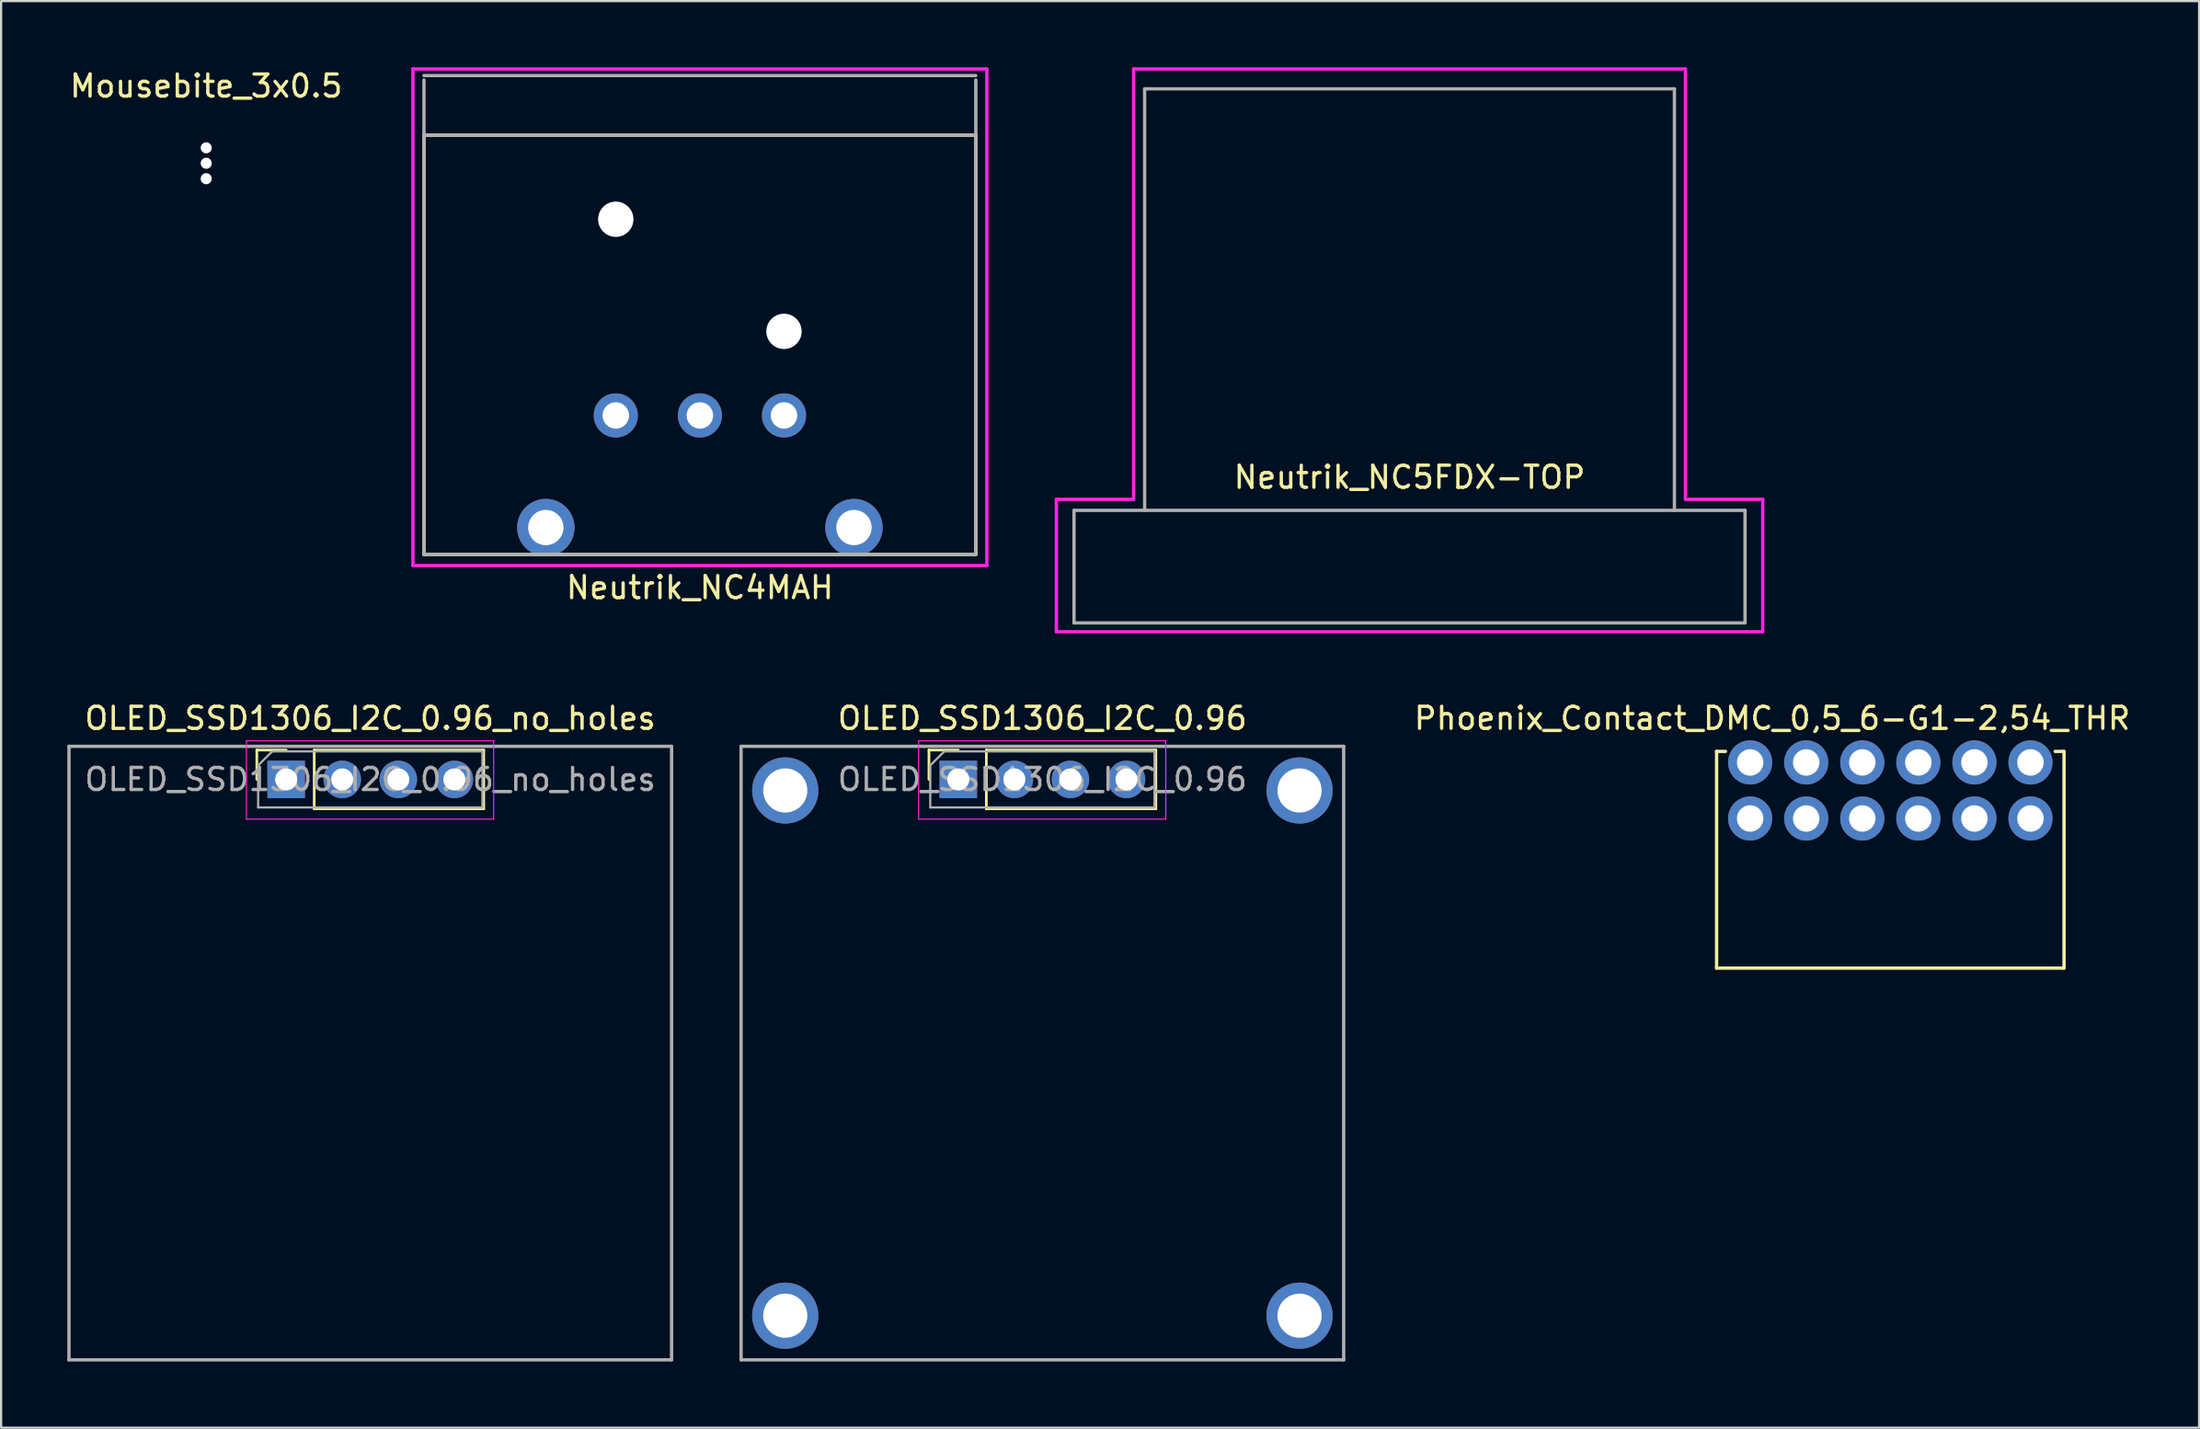
<source format=kicad_pcb>
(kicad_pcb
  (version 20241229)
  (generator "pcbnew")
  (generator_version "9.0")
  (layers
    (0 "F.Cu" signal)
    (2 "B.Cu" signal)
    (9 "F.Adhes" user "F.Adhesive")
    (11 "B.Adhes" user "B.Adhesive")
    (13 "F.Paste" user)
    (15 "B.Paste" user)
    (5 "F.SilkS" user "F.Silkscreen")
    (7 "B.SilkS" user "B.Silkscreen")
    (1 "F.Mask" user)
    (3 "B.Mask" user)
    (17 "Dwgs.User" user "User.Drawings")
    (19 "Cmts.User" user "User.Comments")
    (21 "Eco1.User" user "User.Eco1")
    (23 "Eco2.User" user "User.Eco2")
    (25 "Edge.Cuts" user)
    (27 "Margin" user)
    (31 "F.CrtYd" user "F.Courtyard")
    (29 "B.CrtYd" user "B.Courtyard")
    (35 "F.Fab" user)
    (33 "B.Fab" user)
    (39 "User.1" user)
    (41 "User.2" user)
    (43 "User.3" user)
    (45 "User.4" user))
  (footprint "Mousebite_3x0.5"
    (layer "F.Cu")
    (at 6.292 4.348)
    (property "Reference" "Mousebite_3x0.5" (at 0 -3.5 0) (layer "F.SilkS") (effects (font (size 1 1) (thickness 0.15))))
    (attr through_hole)
    (pad "" np_thru_hole circle (at 0 -0.7) (size 0.5 0.5) (drill 0.5) (layers "*.Cu" "*.Mask"))
    (pad "" np_thru_hole circle (at 0 0) (size 0.5 0.5) (drill 0.5) (layers "*.Cu" "*.Mask"))
    (pad "" np_thru_hole circle (at 0 0.7) (size 0.5 0.5) (drill 0.5) (layers "*.Cu" "*.Mask")))
  (footprint "Neutrik_NC5FDX-TOP"
    (layer "F.Cu")
    (at 60.808 20.075)
    (property "Reference" "Neutrik_NC5FDX-TOP" (at 0 -1.5 0) (layer "F.SilkS") (effects (font (size 1 1) (thickness 0.15))))
    (attr through_hole)
    (fp_line (start -16 5.5) (end -16 -0.5) (stroke (width 0.15) (type solid)) (layer "F.CrtYd"))
    (fp_line (start -12.5 -20) (end 12.5 -20) (stroke (width 0.15) (type solid)) (layer "F.CrtYd"))
    (fp_line (start -12.5 -0.5) (end -16 -0.5) (stroke (width 0.15) (type solid)) (layer "F.CrtYd"))
    (fp_line (start -12.5 -0.5) (end -12.5 -20) (stroke (width 0.15) (type solid)) (layer "F.CrtYd"))
    (fp_line (start 12.5 -20) (end 12.5 -0.5) (stroke (width 0.15) (type solid)) (layer "F.CrtYd"))
    (fp_line (start 16 -0.5) (end 12.5 -0.5) (stroke (width 0.15) (type solid)) (layer "F.CrtYd"))
    (fp_line (start 16 5.5) (end -16 5.5) (stroke (width 0.15) (type solid)) (layer "F.CrtYd"))
    (fp_line (start 16 5.5) (end 16 -0.5) (stroke (width 0.15) (type solid)) (layer "F.CrtYd"))
    (fp_line (start -15.2 0) (end -15.2 5.1) (stroke (width 0.15) (type solid)) (layer "F.Fab"))
    (fp_line (start -12 -19.1) (end 12 -19.1) (stroke (width 0.15) (type solid)) (layer "F.Fab"))
    (fp_line (start -12 0) (end -12 -19.1) (stroke (width 0.15) (type solid)) (layer "F.Fab"))
    (fp_line (start 12 0) (end 12 -19.1) (stroke (width 0.15) (type solid)) (layer "F.Fab"))
    (fp_line (start 15.2 0) (end -15.2 0) (stroke (width 0.15) (type solid)) (layer "F.Fab"))
    (fp_line (start 15.2 0) (end 15.2 5.1) (stroke (width 0.15) (type solid)) (layer "F.Fab"))
    (fp_line (start 15.2 5.1) (end -15.2 5.1) (stroke (width 0.15) (type solid)) (layer "F.Fab")))
  (footprint "Phoenix_Contact_DMC_0,5_6-G1-2,54_THR"
    (layer "F.Cu")
    (at 82.589 31.498)
    (property "Reference" "Phoenix_Contact_DMC_0,5_6-G1-2,54_THR" (at -5.35 -2 0) (layer "F.SilkS") (effects (font (size 1 1) (thickness 0.15))))
    (attr through_hole)
    (fp_line (start -7.87 -0.5) (end -7.47 -0.5) (stroke (width 0.15) (type solid)) (layer "F.SilkS"))
    (fp_line (start -7.87 9.32) (end -7.87 -0.5) (stroke (width 0.15) (type solid)) (layer "F.SilkS"))
    (fp_line (start -7.87 9.32) (end 7.87 9.32) (stroke (width 0.15) (type solid)) (layer "F.SilkS"))
    (fp_line (start 7.47 -0.5) (end 7.87 -0.5) (stroke (width 0.15) (type solid)) (layer "F.SilkS"))
    (fp_line (start 7.87 9.32) (end 7.87 -0.5) (stroke (width 0.15) (type solid)) (layer "F.SilkS"))
    (pad "1" thru_hole circle (at -6.35 0) (size 2 2) (drill 1.2) (layers "*.Cu" "*.Mask"))
    (pad "1" thru_hole circle (at -6.35 2.54) (size 2 2) (drill 1.2) (layers "*.Cu" "*.Mask"))
    (pad "2" thru_hole circle (at -3.81 0) (size 2 2) (drill 1.2) (layers "*.Cu" "*.Mask"))
    (pad "2" thru_hole circle (at -3.81 2.54) (size 2 2) (drill 1.2) (layers "*.Cu" "*.Mask"))
    (pad "3" thru_hole circle (at -1.27 0) (size 2 2) (drill 1.2) (layers "*.Cu" "*.Mask"))
    (pad "3" thru_hole circle (at -1.27 2.54) (size 2 2) (drill 1.2) (layers "*.Cu" "*.Mask"))
    (pad "4" thru_hole circle (at 1.27 0) (size 2 2) (drill 1.2) (layers "*.Cu" "*.Mask"))
    (pad "4" thru_hole circle (at 1.27 2.54) (size 2 2) (drill 1.2) (layers "*.Cu" "*.Mask"))
    (pad "5" thru_hole circle (at 3.81 0) (size 2 2) (drill 1.2) (layers "*.Cu" "*.Mask"))
    (pad "5" thru_hole circle (at 3.81 2.54) (size 2 2) (drill 1.2) (layers "*.Cu" "*.Mask"))
    (pad "6" thru_hole circle (at 6.35 0) (size 2 2) (drill 1.2) (layers "*.Cu" "*.Mask"))
    (pad "6" thru_hole circle (at 6.35 2.54) (size 2 2) (drill 1.2) (layers "*.Cu" "*.Mask")))
  (footprint "Neutrik_NC4MAH"
    (layer "F.Cu")
    (at 28.658 3.075)
    (property "Reference" "Neutrik_NC4MAH" (at 0 20.5 0) (layer "F.SilkS") (effects (font (size 1 1) (thickness 0.15))))
    (attr through_hole)
    (fp_line (start -12.5 0) (end 12.5 0) (stroke (width 0.15) (type solid)) (layer "F.SilkS"))
    (fp_line (start -12.5 19) (end -12.5 0) (stroke (width 0.15) (type solid)) (layer "F.SilkS"))
    (fp_line (start -12.5 19) (end 12.5 19) (stroke (width 0.15) (type solid)) (layer "F.SilkS"))
    (fp_line (start 12.5 19) (end 12.5 0) (stroke (width 0.15) (type solid)) (layer "F.SilkS"))
    (fp_line (start -13 -3) (end 13 -3) (stroke (width 0.15) (type solid)) (layer "F.CrtYd"))
    (fp_line (start -13 19.5) (end -13 -3) (stroke (width 0.15) (type solid)) (layer "F.CrtYd"))
    (fp_line (start 13 -3) (end 13 19.5) (stroke (width 0.15) (type solid)) (layer "F.CrtYd"))
    (fp_line (start 13 19.5) (end -13 19.5) (stroke (width 0.15) (type solid)) (layer "F.CrtYd"))
    (fp_line (start -12.5 -2.7) (end 12.5 -2.7) (stroke (width 0.15) (type solid)) (layer "F.Fab"))
    (fp_line (start -12.5 0) (end 12.5 0) (stroke (width 0.15) (type solid)) (layer "F.Fab"))
    (fp_line (start -12.5 19) (end -12.5 -2.5) (stroke (width 0.15) (type solid)) (layer "F.Fab"))
    (fp_line (start 12.5 -2.5) (end 12.5 19) (stroke (width 0.15) (type solid)) (layer "F.Fab"))
    (fp_line (start 12.5 19) (end -12.5 19) (stroke (width 0.15) (type solid)) (layer "F.Fab"))
    (pad "" np_thru_hole circle (at -3.81 3.81) (size 1.6 1.6) (drill 1.6) (layers "*.Cu" "*.Mask"))
    (pad "" np_thru_hole circle (at 3.81 8.89) (size 1.6 1.6) (drill 1.6) (layers "*.Cu" "*.Mask"))
    (pad "1" thru_hole circle (at 6.98 17.78) (size 2.6 2.6) (drill 1.6) (layers "*.Cu" "*.Mask"))
    (pad "2" thru_hole circle (at 3.81 12.7) (size 2 2) (drill 1.2) (layers "*.Cu" "*.Mask"))
    (pad "3" thru_hole circle (at -3.81 12.7) (size 2 2) (drill 1.2) (layers "*.Cu" "*.Mask"))
    (pad "4" thru_hole circle (at -6.98 17.78) (size 2.6 2.6) (drill 1.6) (layers "*.Cu" "*.Mask"))
    (pad "G" thru_hole circle (at 0 12.7) (size 2 2) (drill 1.2) (layers "*.Cu" "*.Mask")))
  (footprint "OLED_SSD1306_I2C_0.96"
    (layer "F.Cu")
    (at 40.365 32.268)
    (property "Reference" "OLED_SSD1306_I2C_0.96" (at 3.81 -2.77 0) (layer "F.SilkS") (effects (font (size 1 1) (thickness 0.15))))
    (attr through_hole)
    (fp_line (start -1.33 -1.33) (end 0 -1.33) (stroke (width 0.12) (type solid)) (layer "F.SilkS"))
    (fp_line (start -1.33 0) (end -1.33 -1.33) (stroke (width 0.12) (type solid)) (layer "F.SilkS"))
    (fp_line (start 1.27 -1.33) (end 8.95 -1.33) (stroke (width 0.12) (type solid)) (layer "F.SilkS"))
    (fp_line (start 1.27 1.33) (end 1.27 -1.33) (stroke (width 0.12) (type solid)) (layer "F.SilkS"))
    (fp_line (start 1.27 1.33) (end 8.95 1.33) (stroke (width 0.12) (type solid)) (layer "F.SilkS"))
    (fp_line (start 8.95 1.33) (end 8.95 -1.33) (stroke (width 0.12) (type solid)) (layer "F.SilkS"))
    (fp_line (start -1.8 -1.75) (end 9.4 -1.75) (stroke (width 0.05) (type solid)) (layer "F.CrtYd"))
    (fp_line (start -1.8 1.8) (end -1.8 -1.75) (stroke (width 0.05) (type solid)) (layer "F.CrtYd"))
    (fp_line (start 9.4 -1.75) (end 9.4 1.8) (stroke (width 0.05) (type solid)) (layer "F.CrtYd"))
    (fp_line (start 9.4 1.8) (end -1.8 1.8) (stroke (width 0.05) (type solid)) (layer "F.CrtYd"))
    (fp_line (start -9.84 -1.5) (end -9.84 26.3) (stroke (width 0.15) (type solid)) (layer "F.Fab"))
    (fp_line (start -9.84 -1.5) (end 17.46 -1.5) (stroke (width 0.15) (type solid)) (layer "F.Fab"))
    (fp_line (start -9.84 26.3) (end 17.46 26.3) (stroke (width 0.15) (type solid)) (layer "F.Fab"))
    (fp_line (start -1.27 -0.635) (end -0.635 -1.27) (stroke (width 0.1) (type solid)) (layer "F.Fab"))
    (fp_line (start -1.27 1.27) (end -1.27 -0.635) (stroke (width 0.1) (type solid)) (layer "F.Fab"))
    (fp_line (start -0.635 -1.27) (end 8.89 -1.27) (stroke (width 0.1) (type solid)) (layer "F.Fab"))
    (fp_line (start 8.89 -1.27) (end 8.89 1.27) (stroke (width 0.1) (type solid)) (layer "F.Fab"))
    (fp_line (start 8.89 1.27) (end -1.27 1.27) (stroke (width 0.1) (type solid)) (layer "F.Fab"))
    (fp_line (start 17.46 -1.5) (end 17.46 26.3) (stroke (width 0.15) (type solid)) (layer "F.Fab"))
    (fp_text user "${REFERENCE}" (at 3.81 0 180) (layer "F.Fab") (effects (font (size 1 1) (thickness 0.15))))
    (pad "" np_thru_hole circle (at -7.84 0.5) (size 3 3) (drill 2) (layers "*.Cu" "*.Mask"))
    (pad "" np_thru_hole circle (at -7.84 24.3) (size 3 3) (drill 2) (layers "*.Cu" "*.Mask"))
    (pad "" np_thru_hole circle (at 15.46 0.5) (size 3 3) (drill 2) (layers "*.Cu" "*.Mask"))
    (pad "" np_thru_hole circle (at 15.46 24.3) (size 3 3) (drill 2) (layers "*.Cu" "*.Mask"))
    (pad "1" thru_hole rect (at 0 0 90) (size 1.7 1.7) (drill 1) (layers "*.Cu" "*.Mask"))
    (pad "2" thru_hole oval (at 2.54 0 90) (size 1.7 1.7) (drill 1) (layers "*.Cu" "*.Mask"))
    (pad "3" thru_hole oval (at 5.08 0 90) (size 1.7 1.7) (drill 1) (layers "*.Cu" "*.Mask"))
    (pad "4" thru_hole oval (at 7.62 0 90) (size 1.7 1.7) (drill 1) (layers "*.Cu" "*.Mask")))
  (footprint "OLED_SSD1306_I2C_0.96_no_holes"
    (layer "F.Cu")
    (at 9.915 32.268)
    (property "Reference" "OLED_SSD1306_I2C_0.96_no_holes" (at 3.81 -2.77 0) (layer "F.SilkS") (effects (font (size 1 1) (thickness 0.15))))
    (attr through_hole)
    (fp_line (start -1.33 -1.33) (end 0 -1.33) (stroke (width 0.12) (type solid)) (layer "F.SilkS"))
    (fp_line (start -1.33 0) (end -1.33 -1.33) (stroke (width 0.12) (type solid)) (layer "F.SilkS"))
    (fp_line (start 1.27 -1.33) (end 8.95 -1.33) (stroke (width 0.12) (type solid)) (layer "F.SilkS"))
    (fp_line (start 1.27 1.33) (end 1.27 -1.33) (stroke (width 0.12) (type solid)) (layer "F.SilkS"))
    (fp_line (start 1.27 1.33) (end 8.95 1.33) (stroke (width 0.12) (type solid)) (layer "F.SilkS"))
    (fp_line (start 8.95 1.33) (end 8.95 -1.33) (stroke (width 0.12) (type solid)) (layer "F.SilkS"))
    (fp_line (start -1.8 -1.75) (end 9.4 -1.75) (stroke (width 0.05) (type solid)) (layer "F.CrtYd"))
    (fp_line (start -1.8 1.8) (end -1.8 -1.75) (stroke (width 0.05) (type solid)) (layer "F.CrtYd"))
    (fp_line (start 9.4 -1.75) (end 9.4 1.8) (stroke (width 0.05) (type solid)) (layer "F.CrtYd"))
    (fp_line (start 9.4 1.8) (end -1.8 1.8) (stroke (width 0.05) (type solid)) (layer "F.CrtYd"))
    (fp_line (start -9.84 -1.5) (end -9.84 26.3) (stroke (width 0.15) (type solid)) (layer "F.Fab"))
    (fp_line (start -9.84 -1.5) (end 17.46 -1.5) (stroke (width 0.15) (type solid)) (layer "F.Fab"))
    (fp_line (start -9.84 26.3) (end 17.46 26.3) (stroke (width 0.15) (type solid)) (layer "F.Fab"))
    (fp_line (start -1.27 -0.635) (end -0.635 -1.27) (stroke (width 0.1) (type solid)) (layer "F.Fab"))
    (fp_line (start -1.27 1.27) (end -1.27 -0.635) (stroke (width 0.1) (type solid)) (layer "F.Fab"))
    (fp_line (start -0.635 -1.27) (end 8.89 -1.27) (stroke (width 0.1) (type solid)) (layer "F.Fab"))
    (fp_line (start 8.89 -1.27) (end 8.89 1.27) (stroke (width 0.1) (type solid)) (layer "F.Fab"))
    (fp_line (start 8.89 1.27) (end -1.27 1.27) (stroke (width 0.1) (type solid)) (layer "F.Fab"))
    (fp_line (start 17.46 -1.5) (end 17.46 26.3) (stroke (width 0.15) (type solid)) (layer "F.Fab"))
    (fp_text user "${REFERENCE}" (at 3.81 0 180) (layer "F.Fab") (effects (font (size 1 1) (thickness 0.15))))
    (pad "1" thru_hole rect (at 0 0 90) (size 1.7 1.7) (drill 1) (layers "*.Cu" "*.Mask"))
    (pad "2" thru_hole oval (at 2.54 0 90) (size 1.7 1.7) (drill 1) (layers "*.Cu" "*.Mask"))
    (pad "3" thru_hole oval (at 5.08 0 90) (size 1.7 1.7) (drill 1) (layers "*.Cu" "*.Mask"))
    (pad "4" thru_hole oval (at 7.62 0 90) (size 1.7 1.7) (drill 1) (layers "*.Cu" "*.Mask")))
  (gr_rect
    (start -3 -3)
    (end 96.579 61.643)
    (stroke (width 0.1) (type default))
    (fill no)
    (layer "Edge.Cuts")))
</source>
